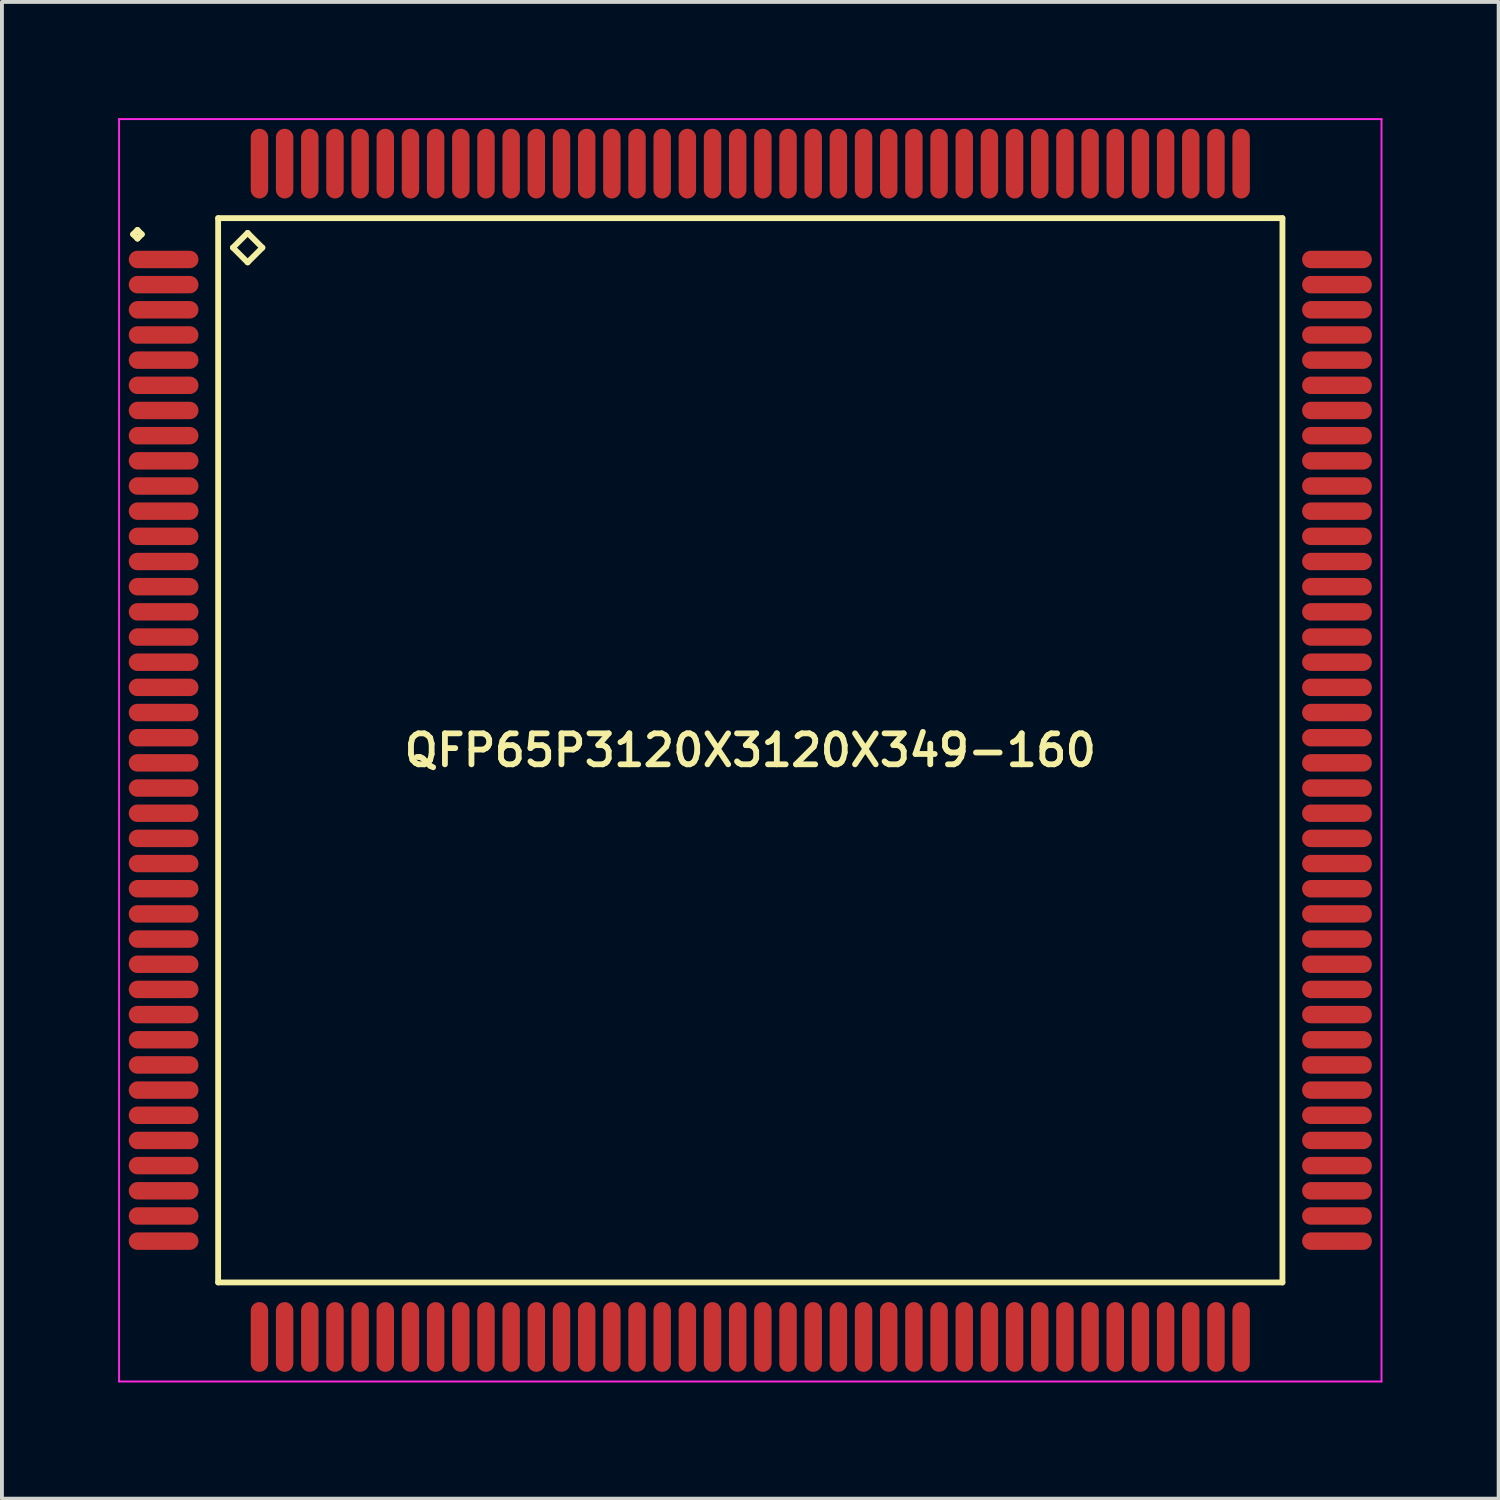
<source format=kicad_pcb>
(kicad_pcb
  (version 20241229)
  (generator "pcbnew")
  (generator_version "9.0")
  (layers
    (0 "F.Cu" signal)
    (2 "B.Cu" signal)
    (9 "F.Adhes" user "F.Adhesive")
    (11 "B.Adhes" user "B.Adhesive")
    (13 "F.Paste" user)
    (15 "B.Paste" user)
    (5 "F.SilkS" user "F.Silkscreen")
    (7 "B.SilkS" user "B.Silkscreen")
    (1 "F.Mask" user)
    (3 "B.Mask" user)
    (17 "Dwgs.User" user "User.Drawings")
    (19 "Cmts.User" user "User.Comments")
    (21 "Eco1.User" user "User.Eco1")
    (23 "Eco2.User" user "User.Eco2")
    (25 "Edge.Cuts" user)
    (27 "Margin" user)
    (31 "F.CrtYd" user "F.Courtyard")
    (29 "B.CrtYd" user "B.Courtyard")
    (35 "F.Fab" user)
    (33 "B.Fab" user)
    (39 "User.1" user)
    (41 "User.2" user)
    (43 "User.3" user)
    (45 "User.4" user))
  (footprint "QFP65P3120X3120X349-160"
    (layer "F.Cu")
    (at 16.325 16.325)
    (property "Reference" "QFP65P3120X3120X349-160" (at 0 0 0) (layer "F.SilkS") (effects (font (size 0.8 0.8) (thickness 0.15))))
    (attr smd)
    (fp_line (start -15.938 -13.325) (end -15.825 -13.438) (stroke (width 0.15) (type solid)) (layer "F.SilkS"))
    (fp_line (start -15.825 -13.438) (end -15.713 -13.325) (stroke (width 0.15) (type solid)) (layer "F.SilkS"))
    (fp_line (start -15.825 -13.213) (end -15.938 -13.325) (stroke (width 0.15) (type solid)) (layer "F.SilkS"))
    (fp_line (start -15.713 -13.325) (end -15.825 -13.213) (stroke (width 0.15) (type solid)) (layer "F.SilkS"))
    (fp_line (start -13.742 -13.742) (end -13.742 13.742) (stroke (width 0.15) (type solid)) (layer "F.SilkS"))
    (fp_line (start -13.742 13.742) (end 13.742 13.742) (stroke (width 0.15) (type solid)) (layer "F.SilkS"))
    (fp_line (start -13.361 -12.98) (end -12.98 -13.361) (stroke (width 0.15) (type solid)) (layer "F.SilkS"))
    (fp_line (start -12.98 -13.361) (end -12.599 -12.98) (stroke (width 0.15) (type solid)) (layer "F.SilkS"))
    (fp_line (start -12.98 -12.599) (end -13.361 -12.98) (stroke (width 0.15) (type solid)) (layer "F.SilkS"))
    (fp_line (start -12.599 -12.98) (end -12.98 -12.599) (stroke (width 0.15) (type solid)) (layer "F.SilkS"))
    (fp_line (start 13.742 -13.742) (end -13.742 -13.742) (stroke (width 0.15) (type solid)) (layer "F.SilkS"))
    (fp_line (start 13.742 13.742) (end 13.742 -13.742) (stroke (width 0.15) (type solid)) (layer "F.SilkS"))
    (fp_line (start -16.3 -16.3) (end 16.3 -16.3) (stroke (width 0.05) (type solid)) (layer "F.CrtYd"))
    (fp_line (start -16.3 16.3) (end -16.3 -16.3) (stroke (width 0.05) (type solid)) (layer "F.CrtYd"))
    (fp_line (start 16.3 -16.3) (end 16.3 16.3) (stroke (width 0.05) (type solid)) (layer "F.CrtYd"))
    (fp_line (start 16.3 16.3) (end -16.3 16.3) (stroke (width 0.05) (type solid)) (layer "F.CrtYd"))
    (pad "1" smd oval (at -15.15 -12.675) (size 1.8 0.45) (layers "F.Cu" "F.Mask" "F.Paste"))
    (pad "2" smd oval (at -15.15 -12.025) (size 1.8 0.45) (layers "F.Cu" "F.Mask" "F.Paste"))
    (pad "3" smd oval (at -15.15 -11.375) (size 1.8 0.45) (layers "F.Cu" "F.Mask" "F.Paste"))
    (pad "4" smd oval (at -15.15 -10.725) (size 1.8 0.45) (layers "F.Cu" "F.Mask" "F.Paste"))
    (pad "5" smd oval (at -15.15 -10.075) (size 1.8 0.45) (layers "F.Cu" "F.Mask" "F.Paste"))
    (pad "6" smd oval (at -15.15 -9.425) (size 1.8 0.45) (layers "F.Cu" "F.Mask" "F.Paste"))
    (pad "7" smd oval (at -15.15 -8.775) (size 1.8 0.45) (layers "F.Cu" "F.Mask" "F.Paste"))
    (pad "8" smd oval (at -15.15 -8.125) (size 1.8 0.45) (layers "F.Cu" "F.Mask" "F.Paste"))
    (pad "9" smd oval (at -15.15 -7.475) (size 1.8 0.45) (layers "F.Cu" "F.Mask" "F.Paste"))
    (pad "10" smd oval (at -15.15 -6.825) (size 1.8 0.45) (layers "F.Cu" "F.Mask" "F.Paste"))
    (pad "11" smd oval (at -15.15 -6.175) (size 1.8 0.45) (layers "F.Cu" "F.Mask" "F.Paste"))
    (pad "12" smd oval (at -15.15 -5.525) (size 1.8 0.45) (layers "F.Cu" "F.Mask" "F.Paste"))
    (pad "13" smd oval (at -15.15 -4.875) (size 1.8 0.45) (layers "F.Cu" "F.Mask" "F.Paste"))
    (pad "14" smd oval (at -15.15 -4.225) (size 1.8 0.45) (layers "F.Cu" "F.Mask" "F.Paste"))
    (pad "15" smd oval (at -15.15 -3.575) (size 1.8 0.45) (layers "F.Cu" "F.Mask" "F.Paste"))
    (pad "16" smd oval (at -15.15 -2.925) (size 1.8 0.45) (layers "F.Cu" "F.Mask" "F.Paste"))
    (pad "17" smd oval (at -15.15 -2.275) (size 1.8 0.45) (layers "F.Cu" "F.Mask" "F.Paste"))
    (pad "18" smd oval (at -15.15 -1.625) (size 1.8 0.45) (layers "F.Cu" "F.Mask" "F.Paste"))
    (pad "19" smd oval (at -15.15 -0.975) (size 1.8 0.45) (layers "F.Cu" "F.Mask" "F.Paste"))
    (pad "20" smd oval (at -15.15 -0.325) (size 1.8 0.45) (layers "F.Cu" "F.Mask" "F.Paste"))
    (pad "21" smd oval (at -15.15 0.325) (size 1.8 0.45) (layers "F.Cu" "F.Mask" "F.Paste"))
    (pad "22" smd oval (at -15.15 0.975) (size 1.8 0.45) (layers "F.Cu" "F.Mask" "F.Paste"))
    (pad "23" smd oval (at -15.15 1.625) (size 1.8 0.45) (layers "F.Cu" "F.Mask" "F.Paste"))
    (pad "24" smd oval (at -15.15 2.275) (size 1.8 0.45) (layers "F.Cu" "F.Mask" "F.Paste"))
    (pad "25" smd oval (at -15.15 2.925) (size 1.8 0.45) (layers "F.Cu" "F.Mask" "F.Paste"))
    (pad "26" smd oval (at -15.15 3.575) (size 1.8 0.45) (layers "F.Cu" "F.Mask" "F.Paste"))
    (pad "27" smd oval (at -15.15 4.225) (size 1.8 0.45) (layers "F.Cu" "F.Mask" "F.Paste"))
    (pad "28" smd oval (at -15.15 4.875) (size 1.8 0.45) (layers "F.Cu" "F.Mask" "F.Paste"))
    (pad "29" smd oval (at -15.15 5.525) (size 1.8 0.45) (layers "F.Cu" "F.Mask" "F.Paste"))
    (pad "30" smd oval (at -15.15 6.175) (size 1.8 0.45) (layers "F.Cu" "F.Mask" "F.Paste"))
    (pad "31" smd oval (at -15.15 6.825) (size 1.8 0.45) (layers "F.Cu" "F.Mask" "F.Paste"))
    (pad "32" smd oval (at -15.15 7.475) (size 1.8 0.45) (layers "F.Cu" "F.Mask" "F.Paste"))
    (pad "33" smd oval (at -15.15 8.125) (size 1.8 0.45) (layers "F.Cu" "F.Mask" "F.Paste"))
    (pad "34" smd oval (at -15.15 8.775) (size 1.8 0.45) (layers "F.Cu" "F.Mask" "F.Paste"))
    (pad "35" smd oval (at -15.15 9.425) (size 1.8 0.45) (layers "F.Cu" "F.Mask" "F.Paste"))
    (pad "36" smd oval (at -15.15 10.075) (size 1.8 0.45) (layers "F.Cu" "F.Mask" "F.Paste"))
    (pad "37" smd oval (at -15.15 10.725) (size 1.8 0.45) (layers "F.Cu" "F.Mask" "F.Paste"))
    (pad "38" smd oval (at -15.15 11.375) (size 1.8 0.45) (layers "F.Cu" "F.Mask" "F.Paste"))
    (pad "39" smd oval (at -15.15 12.025) (size 1.8 0.45) (layers "F.Cu" "F.Mask" "F.Paste"))
    (pad "40" smd oval (at -15.15 12.675) (size 1.8 0.45) (layers "F.Cu" "F.Mask" "F.Paste"))
    (pad "41" smd oval (at -12.675 15.15) (size 0.45 1.8) (layers "F.Cu" "F.Mask" "F.Paste"))
    (pad "42" smd oval (at -12.025 15.15) (size 0.45 1.8) (layers "F.Cu" "F.Mask" "F.Paste"))
    (pad "43" smd oval (at -11.375 15.15) (size 0.45 1.8) (layers "F.Cu" "F.Mask" "F.Paste"))
    (pad "44" smd oval (at -10.725 15.15) (size 0.45 1.8) (layers "F.Cu" "F.Mask" "F.Paste"))
    (pad "45" smd oval (at -10.075 15.15) (size 0.45 1.8) (layers "F.Cu" "F.Mask" "F.Paste"))
    (pad "46" smd oval (at -9.425 15.15) (size 0.45 1.8) (layers "F.Cu" "F.Mask" "F.Paste"))
    (pad "47" smd oval (at -8.775 15.15) (size 0.45 1.8) (layers "F.Cu" "F.Mask" "F.Paste"))
    (pad "48" smd oval (at -8.125 15.15) (size 0.45 1.8) (layers "F.Cu" "F.Mask" "F.Paste"))
    (pad "49" smd oval (at -7.475 15.15) (size 0.45 1.8) (layers "F.Cu" "F.Mask" "F.Paste"))
    (pad "50" smd oval (at -6.825 15.15) (size 0.45 1.8) (layers "F.Cu" "F.Mask" "F.Paste"))
    (pad "51" smd oval (at -6.175 15.15) (size 0.45 1.8) (layers "F.Cu" "F.Mask" "F.Paste"))
    (pad "52" smd oval (at -5.525 15.15) (size 0.45 1.8) (layers "F.Cu" "F.Mask" "F.Paste"))
    (pad "53" smd oval (at -4.875 15.15) (size 0.45 1.8) (layers "F.Cu" "F.Mask" "F.Paste"))
    (pad "54" smd oval (at -4.225 15.15) (size 0.45 1.8) (layers "F.Cu" "F.Mask" "F.Paste"))
    (pad "55" smd oval (at -3.575 15.15) (size 0.45 1.8) (layers "F.Cu" "F.Mask" "F.Paste"))
    (pad "56" smd oval (at -2.925 15.15) (size 0.45 1.8) (layers "F.Cu" "F.Mask" "F.Paste"))
    (pad "57" smd oval (at -2.275 15.15) (size 0.45 1.8) (layers "F.Cu" "F.Mask" "F.Paste"))
    (pad "58" smd oval (at -1.625 15.15) (size 0.45 1.8) (layers "F.Cu" "F.Mask" "F.Paste"))
    (pad "59" smd oval (at -0.975 15.15) (size 0.45 1.8) (layers "F.Cu" "F.Mask" "F.Paste"))
    (pad "60" smd oval (at -0.325 15.15) (size 0.45 1.8) (layers "F.Cu" "F.Mask" "F.Paste"))
    (pad "61" smd oval (at 0.325 15.15) (size 0.45 1.8) (layers "F.Cu" "F.Mask" "F.Paste"))
    (pad "62" smd oval (at 0.975 15.15) (size 0.45 1.8) (layers "F.Cu" "F.Mask" "F.Paste"))
    (pad "63" smd oval (at 1.625 15.15) (size 0.45 1.8) (layers "F.Cu" "F.Mask" "F.Paste"))
    (pad "64" smd oval (at 2.275 15.15) (size 0.45 1.8) (layers "F.Cu" "F.Mask" "F.Paste"))
    (pad "65" smd oval (at 2.925 15.15) (size 0.45 1.8) (layers "F.Cu" "F.Mask" "F.Paste"))
    (pad "66" smd oval (at 3.575 15.15) (size 0.45 1.8) (layers "F.Cu" "F.Mask" "F.Paste"))
    (pad "67" smd oval (at 4.225 15.15) (size 0.45 1.8) (layers "F.Cu" "F.Mask" "F.Paste"))
    (pad "68" smd oval (at 4.875 15.15) (size 0.45 1.8) (layers "F.Cu" "F.Mask" "F.Paste"))
    (pad "69" smd oval (at 5.525 15.15) (size 0.45 1.8) (layers "F.Cu" "F.Mask" "F.Paste"))
    (pad "70" smd oval (at 6.175 15.15) (size 0.45 1.8) (layers "F.Cu" "F.Mask" "F.Paste"))
    (pad "71" smd oval (at 6.825 15.15) (size 0.45 1.8) (layers "F.Cu" "F.Mask" "F.Paste"))
    (pad "72" smd oval (at 7.475 15.15) (size 0.45 1.8) (layers "F.Cu" "F.Mask" "F.Paste"))
    (pad "73" smd oval (at 8.125 15.15) (size 0.45 1.8) (layers "F.Cu" "F.Mask" "F.Paste"))
    (pad "74" smd oval (at 8.775 15.15) (size 0.45 1.8) (layers "F.Cu" "F.Mask" "F.Paste"))
    (pad "75" smd oval (at 9.425 15.15) (size 0.45 1.8) (layers "F.Cu" "F.Mask" "F.Paste"))
    (pad "76" smd oval (at 10.075 15.15) (size 0.45 1.8) (layers "F.Cu" "F.Mask" "F.Paste"))
    (pad "77" smd oval (at 10.725 15.15) (size 0.45 1.8) (layers "F.Cu" "F.Mask" "F.Paste"))
    (pad "78" smd oval (at 11.375 15.15) (size 0.45 1.8) (layers "F.Cu" "F.Mask" "F.Paste"))
    (pad "79" smd oval (at 12.025 15.15) (size 0.45 1.8) (layers "F.Cu" "F.Mask" "F.Paste"))
    (pad "80" smd oval (at 12.675 15.15) (size 0.45 1.8) (layers "F.Cu" "F.Mask" "F.Paste"))
    (pad "81" smd oval (at 15.15 12.675) (size 1.8 0.45) (layers "F.Cu" "F.Mask" "F.Paste"))
    (pad "82" smd oval (at 15.15 12.025) (size 1.8 0.45) (layers "F.Cu" "F.Mask" "F.Paste"))
    (pad "83" smd oval (at 15.15 11.375) (size 1.8 0.45) (layers "F.Cu" "F.Mask" "F.Paste"))
    (pad "84" smd oval (at 15.15 10.725) (size 1.8 0.45) (layers "F.Cu" "F.Mask" "F.Paste"))
    (pad "85" smd oval (at 15.15 10.075) (size 1.8 0.45) (layers "F.Cu" "F.Mask" "F.Paste"))
    (pad "86" smd oval (at 15.15 9.425) (size 1.8 0.45) (layers "F.Cu" "F.Mask" "F.Paste"))
    (pad "87" smd oval (at 15.15 8.775) (size 1.8 0.45) (layers "F.Cu" "F.Mask" "F.Paste"))
    (pad "88" smd oval (at 15.15 8.125) (size 1.8 0.45) (layers "F.Cu" "F.Mask" "F.Paste"))
    (pad "89" smd oval (at 15.15 7.475) (size 1.8 0.45) (layers "F.Cu" "F.Mask" "F.Paste"))
    (pad "90" smd oval (at 15.15 6.825) (size 1.8 0.45) (layers "F.Cu" "F.Mask" "F.Paste"))
    (pad "91" smd oval (at 15.15 6.175) (size 1.8 0.45) (layers "F.Cu" "F.Mask" "F.Paste"))
    (pad "92" smd oval (at 15.15 5.525) (size 1.8 0.45) (layers "F.Cu" "F.Mask" "F.Paste"))
    (pad "93" smd oval (at 15.15 4.875) (size 1.8 0.45) (layers "F.Cu" "F.Mask" "F.Paste"))
    (pad "94" smd oval (at 15.15 4.225) (size 1.8 0.45) (layers "F.Cu" "F.Mask" "F.Paste"))
    (pad "95" smd oval (at 15.15 3.575) (size 1.8 0.45) (layers "F.Cu" "F.Mask" "F.Paste"))
    (pad "96" smd oval (at 15.15 2.925) (size 1.8 0.45) (layers "F.Cu" "F.Mask" "F.Paste"))
    (pad "97" smd oval (at 15.15 2.275) (size 1.8 0.45) (layers "F.Cu" "F.Mask" "F.Paste"))
    (pad "98" smd oval (at 15.15 1.625) (size 1.8 0.45) (layers "F.Cu" "F.Mask" "F.Paste"))
    (pad "99" smd oval (at 15.15 0.975) (size 1.8 0.45) (layers "F.Cu" "F.Mask" "F.Paste"))
    (pad "100" smd oval (at 15.15 0.325) (size 1.8 0.45) (layers "F.Cu" "F.Mask" "F.Paste"))
    (pad "101" smd oval (at 15.15 -0.325) (size 1.8 0.45) (layers "F.Cu" "F.Mask" "F.Paste"))
    (pad "102" smd oval (at 15.15 -0.975) (size 1.8 0.45) (layers "F.Cu" "F.Mask" "F.Paste"))
    (pad "103" smd oval (at 15.15 -1.625) (size 1.8 0.45) (layers "F.Cu" "F.Mask" "F.Paste"))
    (pad "104" smd oval (at 15.15 -2.275) (size 1.8 0.45) (layers "F.Cu" "F.Mask" "F.Paste"))
    (pad "105" smd oval (at 15.15 -2.925) (size 1.8 0.45) (layers "F.Cu" "F.Mask" "F.Paste"))
    (pad "106" smd oval (at 15.15 -3.575) (size 1.8 0.45) (layers "F.Cu" "F.Mask" "F.Paste"))
    (pad "107" smd oval (at 15.15 -4.225) (size 1.8 0.45) (layers "F.Cu" "F.Mask" "F.Paste"))
    (pad "108" smd oval (at 15.15 -4.875) (size 1.8 0.45) (layers "F.Cu" "F.Mask" "F.Paste"))
    (pad "109" smd oval (at 15.15 -5.525) (size 1.8 0.45) (layers "F.Cu" "F.Mask" "F.Paste"))
    (pad "110" smd oval (at 15.15 -6.175) (size 1.8 0.45) (layers "F.Cu" "F.Mask" "F.Paste"))
    (pad "111" smd oval (at 15.15 -6.825) (size 1.8 0.45) (layers "F.Cu" "F.Mask" "F.Paste"))
    (pad "112" smd oval (at 15.15 -7.475) (size 1.8 0.45) (layers "F.Cu" "F.Mask" "F.Paste"))
    (pad "113" smd oval (at 15.15 -8.125) (size 1.8 0.45) (layers "F.Cu" "F.Mask" "F.Paste"))
    (pad "114" smd oval (at 15.15 -8.775) (size 1.8 0.45) (layers "F.Cu" "F.Mask" "F.Paste"))
    (pad "115" smd oval (at 15.15 -9.425) (size 1.8 0.45) (layers "F.Cu" "F.Mask" "F.Paste"))
    (pad "116" smd oval (at 15.15 -10.075) (size 1.8 0.45) (layers "F.Cu" "F.Mask" "F.Paste"))
    (pad "117" smd oval (at 15.15 -10.725) (size 1.8 0.45) (layers "F.Cu" "F.Mask" "F.Paste"))
    (pad "118" smd oval (at 15.15 -11.375) (size 1.8 0.45) (layers "F.Cu" "F.Mask" "F.Paste"))
    (pad "119" smd oval (at 15.15 -12.025) (size 1.8 0.45) (layers "F.Cu" "F.Mask" "F.Paste"))
    (pad "120" smd oval (at 15.15 -12.675) (size 1.8 0.45) (layers "F.Cu" "F.Mask" "F.Paste"))
    (pad "121" smd oval (at 12.675 -15.15) (size 0.45 1.8) (layers "F.Cu" "F.Mask" "F.Paste"))
    (pad "122" smd oval (at 12.025 -15.15) (size 0.45 1.8) (layers "F.Cu" "F.Mask" "F.Paste"))
    (pad "123" smd oval (at 11.375 -15.15) (size 0.45 1.8) (layers "F.Cu" "F.Mask" "F.Paste"))
    (pad "124" smd oval (at 10.725 -15.15) (size 0.45 1.8) (layers "F.Cu" "F.Mask" "F.Paste"))
    (pad "125" smd oval (at 10.075 -15.15) (size 0.45 1.8) (layers "F.Cu" "F.Mask" "F.Paste"))
    (pad "126" smd oval (at 9.425 -15.15) (size 0.45 1.8) (layers "F.Cu" "F.Mask" "F.Paste"))
    (pad "127" smd oval (at 8.775 -15.15) (size 0.45 1.8) (layers "F.Cu" "F.Mask" "F.Paste"))
    (pad "128" smd oval (at 8.125 -15.15) (size 0.45 1.8) (layers "F.Cu" "F.Mask" "F.Paste"))
    (pad "129" smd oval (at 7.475 -15.15) (size 0.45 1.8) (layers "F.Cu" "F.Mask" "F.Paste"))
    (pad "130" smd oval (at 6.825 -15.15) (size 0.45 1.8) (layers "F.Cu" "F.Mask" "F.Paste"))
    (pad "131" smd oval (at 6.175 -15.15) (size 0.45 1.8) (layers "F.Cu" "F.Mask" "F.Paste"))
    (pad "132" smd oval (at 5.525 -15.15) (size 0.45 1.8) (layers "F.Cu" "F.Mask" "F.Paste"))
    (pad "133" smd oval (at 4.875 -15.15) (size 0.45 1.8) (layers "F.Cu" "F.Mask" "F.Paste"))
    (pad "134" smd oval (at 4.225 -15.15) (size 0.45 1.8) (layers "F.Cu" "F.Mask" "F.Paste"))
    (pad "135" smd oval (at 3.575 -15.15) (size 0.45 1.8) (layers "F.Cu" "F.Mask" "F.Paste"))
    (pad "136" smd oval (at 2.925 -15.15) (size 0.45 1.8) (layers "F.Cu" "F.Mask" "F.Paste"))
    (pad "137" smd oval (at 2.275 -15.15) (size 0.45 1.8) (layers "F.Cu" "F.Mask" "F.Paste"))
    (pad "138" smd oval (at 1.625 -15.15) (size 0.45 1.8) (layers "F.Cu" "F.Mask" "F.Paste"))
    (pad "139" smd oval (at 0.975 -15.15) (size 0.45 1.8) (layers "F.Cu" "F.Mask" "F.Paste"))
    (pad "140" smd oval (at 0.325 -15.15) (size 0.45 1.8) (layers "F.Cu" "F.Mask" "F.Paste"))
    (pad "141" smd oval (at -0.325 -15.15) (size 0.45 1.8) (layers "F.Cu" "F.Mask" "F.Paste"))
    (pad "142" smd oval (at -0.975 -15.15) (size 0.45 1.8) (layers "F.Cu" "F.Mask" "F.Paste"))
    (pad "143" smd oval (at -1.625 -15.15) (size 0.45 1.8) (layers "F.Cu" "F.Mask" "F.Paste"))
    (pad "144" smd oval (at -2.275 -15.15) (size 0.45 1.8) (layers "F.Cu" "F.Mask" "F.Paste"))
    (pad "145" smd oval (at -2.925 -15.15) (size 0.45 1.8) (layers "F.Cu" "F.Mask" "F.Paste"))
    (pad "146" smd oval (at -3.575 -15.15) (size 0.45 1.8) (layers "F.Cu" "F.Mask" "F.Paste"))
    (pad "147" smd oval (at -4.225 -15.15) (size 0.45 1.8) (layers "F.Cu" "F.Mask" "F.Paste"))
    (pad "148" smd oval (at -4.875 -15.15) (size 0.45 1.8) (layers "F.Cu" "F.Mask" "F.Paste"))
    (pad "149" smd oval (at -5.525 -15.15) (size 0.45 1.8) (layers "F.Cu" "F.Mask" "F.Paste"))
    (pad "150" smd oval (at -6.175 -15.15) (size 0.45 1.8) (layers "F.Cu" "F.Mask" "F.Paste"))
    (pad "151" smd oval (at -6.825 -15.15) (size 0.45 1.8) (layers "F.Cu" "F.Mask" "F.Paste"))
    (pad "152" smd oval (at -7.475 -15.15) (size 0.45 1.8) (layers "F.Cu" "F.Mask" "F.Paste"))
    (pad "153" smd oval (at -8.125 -15.15) (size 0.45 1.8) (layers "F.Cu" "F.Mask" "F.Paste"))
    (pad "154" smd oval (at -8.775 -15.15) (size 0.45 1.8) (layers "F.Cu" "F.Mask" "F.Paste"))
    (pad "155" smd oval (at -9.425 -15.15) (size 0.45 1.8) (layers "F.Cu" "F.Mask" "F.Paste"))
    (pad "156" smd oval (at -10.075 -15.15) (size 0.45 1.8) (layers "F.Cu" "F.Mask" "F.Paste"))
    (pad "157" smd oval (at -10.725 -15.15) (size 0.45 1.8) (layers "F.Cu" "F.Mask" "F.Paste"))
    (pad "158" smd oval (at -11.375 -15.15) (size 0.45 1.8) (layers "F.Cu" "F.Mask" "F.Paste"))
    (pad "159" smd oval (at -12.025 -15.15) (size 0.45 1.8) (layers "F.Cu" "F.Mask" "F.Paste"))
    (pad "160" smd oval (at -12.675 -15.15) (size 0.45 1.8) (layers "F.Cu" "F.Mask" "F.Paste")))
  (gr_rect
    (start -3 -3)
    (end 35.65 35.65)
    (stroke (width 0.1) (type default))
    (fill no)
    (layer "Edge.Cuts")))
</source>
